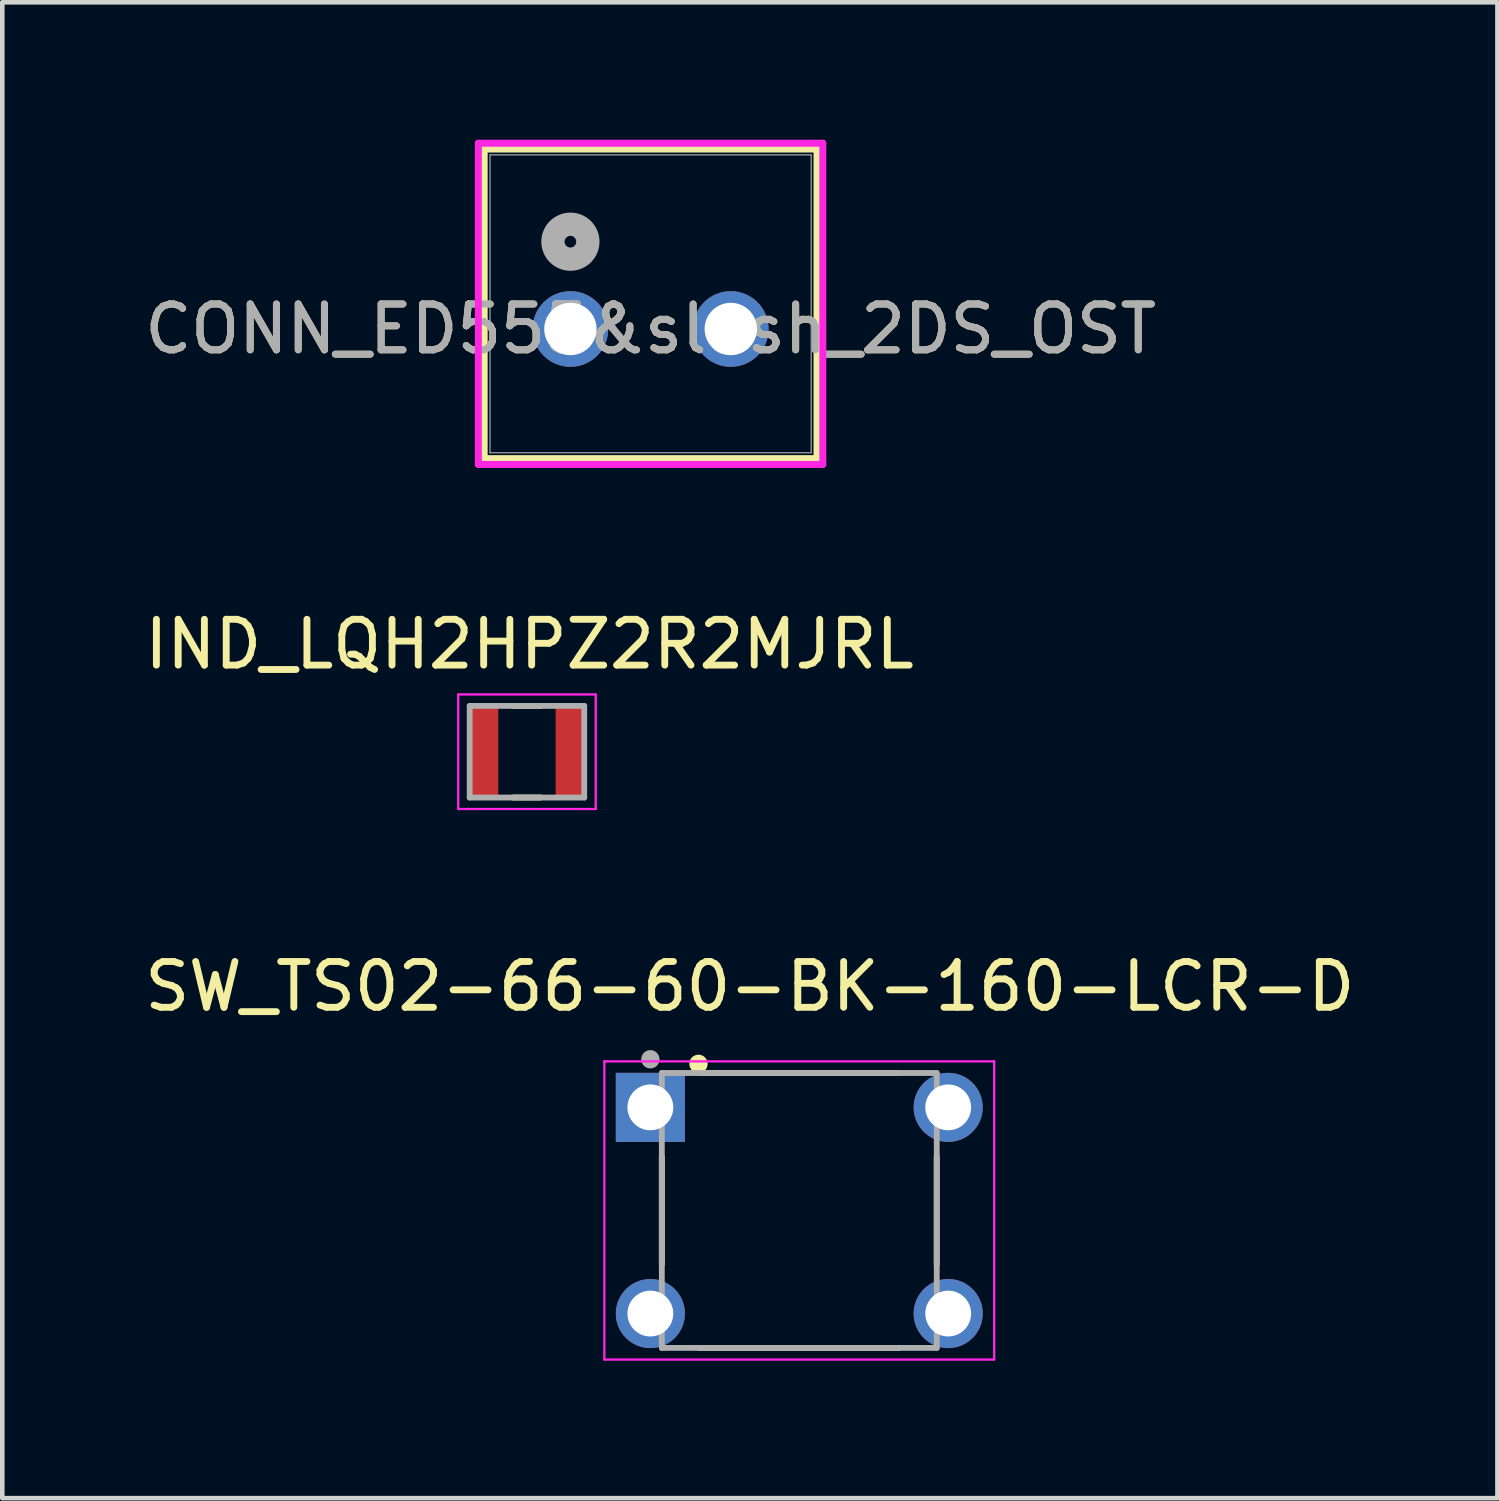
<source format=kicad_pcb>
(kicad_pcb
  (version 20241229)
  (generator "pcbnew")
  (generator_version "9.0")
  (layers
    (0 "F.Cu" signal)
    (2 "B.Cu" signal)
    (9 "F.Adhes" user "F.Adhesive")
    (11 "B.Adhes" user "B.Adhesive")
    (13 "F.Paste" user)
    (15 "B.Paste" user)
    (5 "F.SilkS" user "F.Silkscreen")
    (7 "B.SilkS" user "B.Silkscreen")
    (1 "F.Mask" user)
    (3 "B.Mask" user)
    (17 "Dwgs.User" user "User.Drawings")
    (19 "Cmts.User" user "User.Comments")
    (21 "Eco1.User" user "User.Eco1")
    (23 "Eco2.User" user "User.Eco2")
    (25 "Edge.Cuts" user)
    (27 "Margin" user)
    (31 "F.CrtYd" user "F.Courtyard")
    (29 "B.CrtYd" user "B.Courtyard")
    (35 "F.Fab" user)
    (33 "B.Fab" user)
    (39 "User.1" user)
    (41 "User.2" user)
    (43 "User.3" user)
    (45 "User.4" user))
  (footprint "SW_TS02-66-60-BK-160-LCR-D"
    (layer "F.Cu")
    (at 14.394 23.368)
    (property "Reference" "SW_TS02-66-60-BK-160-LCR-D" (at -1.079 -4.889 0) (layer "F.SilkS") (effects (font (size 1 1) (thickness 0.15))))
    (attr through_hole)
    (fp_line (start -3 -1.176) (end -3 1.176) (stroke (width 0.127) (type solid)) (layer "F.SilkS"))
    (fp_line (start -2.176 -3) (end 2.176 -3) (stroke (width 0.127) (type solid)) (layer "F.SilkS"))
    (fp_line (start -2.176 3) (end 2.176 3) (stroke (width 0.127) (type solid)) (layer "F.SilkS"))
    (fp_line (start 3 -1.176) (end 3 1.176) (stroke (width 0.127) (type solid)) (layer "F.SilkS"))
    (fp_circle (center -2.2 -3.2) (end -2.1 -3.2) (stroke (width 0.2) (type solid)) (fill no) (layer "F.SilkS"))
    (fp_line (start -4.254 -3.254) (end -4.254 3.254) (stroke (width 0.05) (type solid)) (layer "F.CrtYd"))
    (fp_line (start -4.254 3.254) (end 4.254 3.254) (stroke (width 0.05) (type solid)) (layer "F.CrtYd"))
    (fp_line (start 4.254 -3.254) (end -4.254 -3.254) (stroke (width 0.05) (type solid)) (layer "F.CrtYd"))
    (fp_line (start 4.254 3.254) (end 4.254 -3.254) (stroke (width 0.05) (type solid)) (layer "F.CrtYd"))
    (fp_line (start -3 -3) (end 3 -3) (stroke (width 0.127) (type solid)) (layer "F.Fab"))
    (fp_line (start -3 3) (end -3 -3) (stroke (width 0.127) (type solid)) (layer "F.Fab"))
    (fp_line (start 3 -3) (end 3 3) (stroke (width 0.127) (type solid)) (layer "F.Fab"))
    (fp_line (start 3 3) (end -3 3) (stroke (width 0.127) (type solid)) (layer "F.Fab"))
    (fp_circle (center -3.25 -3.3) (end -3.15 -3.3) (stroke (width 0.2) (type solid)) (fill no) (layer "F.Fab"))
    (pad "1" thru_hole rect (at -3.25 -2.25) (size 1.508 1.508) (drill 1) (layers "*.Cu" "*.Mask"))
    (pad "2" thru_hole circle (at 3.25 -2.25) (size 1.508 1.508) (drill 1) (layers "*.Cu" "*.Mask"))
    (pad "3" thru_hole circle (at -3.25 2.25) (size 1.508 1.508) (drill 1) (layers "*.Cu" "*.Mask"))
    (pad "4" thru_hole circle (at 3.25 2.25) (size 1.508 1.508) (drill 1) (layers "*.Cu" "*.Mask")))
  (footprint "CONN_ED555&slash_2DS_OST"
    (layer "F.Cu")
    (at 9.399 4.13)
    (property "Reference" "CONN_ED555&slash_2DS_OST" (at 1.75 0 0) (unlocked yes) (layer "F.SilkS") (effects (font (size 1 1) (thickness 0.15))))
    (attr through_hole)
    (fp_line (start -1.882 -3.927) (end -1.882 2.829) (stroke (width 0.152) (type solid)) (layer "F.SilkS"))
    (fp_line (start -1.882 2.829) (end 5.382 2.829) (stroke (width 0.152) (type solid)) (layer "F.SilkS"))
    (fp_line (start 5.382 -3.927) (end -1.882 -3.927) (stroke (width 0.152) (type solid)) (layer "F.SilkS"))
    (fp_line (start 5.382 2.829) (end 5.382 -3.927) (stroke (width 0.152) (type solid)) (layer "F.SilkS"))
    (fp_line (start -2.009 -4.054) (end -2.009 2.956) (stroke (width 0.152) (type solid)) (layer "F.CrtYd"))
    (fp_line (start -2.009 2.956) (end 5.509 2.956) (stroke (width 0.152) (type solid)) (layer "F.CrtYd"))
    (fp_line (start 5.509 -4.054) (end -2.009 -4.054) (stroke (width 0.152) (type solid)) (layer "F.CrtYd"))
    (fp_line (start 5.509 2.956) (end 5.509 -4.054) (stroke (width 0.152) (type solid)) (layer "F.CrtYd"))
    (fp_line (start -1.755 -3.8) (end -1.755 2.702) (stroke (width 0.025) (type solid)) (layer "F.Fab"))
    (fp_line (start -1.755 2.702) (end 5.255 2.702) (stroke (width 0.025) (type solid)) (layer "F.Fab"))
    (fp_line (start 5.255 -3.8) (end -1.755 -3.8) (stroke (width 0.025) (type solid)) (layer "F.Fab"))
    (fp_line (start 5.255 2.702) (end 5.255 -3.8) (stroke (width 0.025) (type solid)) (layer "F.Fab"))
    (fp_circle (center 0 -1.905) (end 0.381 -1.905) (stroke (width 0.508) (type solid)) (fill no) (layer "F.Fab"))
    (fp_text user "${REFERENCE}" (at 1.75 0 0) (unlocked yes) (layer "F.Fab") (effects (font (size 1 1) (thickness 0.15))))
    (pad "1" thru_hole circle (at 0 0) (size 1.651 1.651) (drill 1.143) (layers "*.Cu" "*.Mask"))
    (pad "2" thru_hole circle (at 3.5 0) (size 1.651 1.651) (drill 1.143) (layers "*.Cu" "*.Mask")))
  (footprint "IND_LQH2HPZ2R2MJRL"
    (layer "F.Cu")
    (at 8.451 13.356)
    (property "Reference" "IND_LQH2HPZ2R2MJRL" (at 0.055 -2.345 0) (layer "F.SilkS") (effects (font (size 1 1) (thickness 0.15))))
    (attr smd)
    (fp_line (start -0.3 -1) (end 0.3 -1) (stroke (width 0.127) (type solid)) (layer "F.SilkS"))
    (fp_line (start 0.3 1) (end -0.3 1) (stroke (width 0.127) (type solid)) (layer "F.SilkS"))
    (fp_line (start -1.5 -1.25) (end 1.5 -1.25) (stroke (width 0.05) (type solid)) (layer "F.CrtYd"))
    (fp_line (start -1.5 1.25) (end -1.5 -1.25) (stroke (width 0.05) (type solid)) (layer "F.CrtYd"))
    (fp_line (start 1.5 -1.25) (end 1.5 1.25) (stroke (width 0.05) (type solid)) (layer "F.CrtYd"))
    (fp_line (start 1.5 1.25) (end -1.5 1.25) (stroke (width 0.05) (type solid)) (layer "F.CrtYd"))
    (fp_line (start -1.25 -1) (end 1.25 -1) (stroke (width 0.127) (type solid)) (layer "F.Fab"))
    (fp_line (start -1.25 1) (end -1.25 -1) (stroke (width 0.127) (type solid)) (layer "F.Fab"))
    (fp_line (start 1.25 -1) (end 1.25 1) (stroke (width 0.127) (type solid)) (layer "F.Fab"))
    (fp_line (start 1.25 1) (end -1.25 1) (stroke (width 0.127) (type solid)) (layer "F.Fab"))
    (pad "1" smd rect (at -0.938 0) (size 0.625 2) (layers "F.Cu" "F.Mask" "F.Paste"))
    (pad "2" smd rect (at 0.938 0) (size 0.625 2) (layers "F.Cu" "F.Mask" "F.Paste")))
  (gr_rect
    (start -3 -3)
    (end 29.631 29.647)
    (stroke (width 0.1) (type default))
    (fill no)
    (layer "Edge.Cuts")))
</source>
